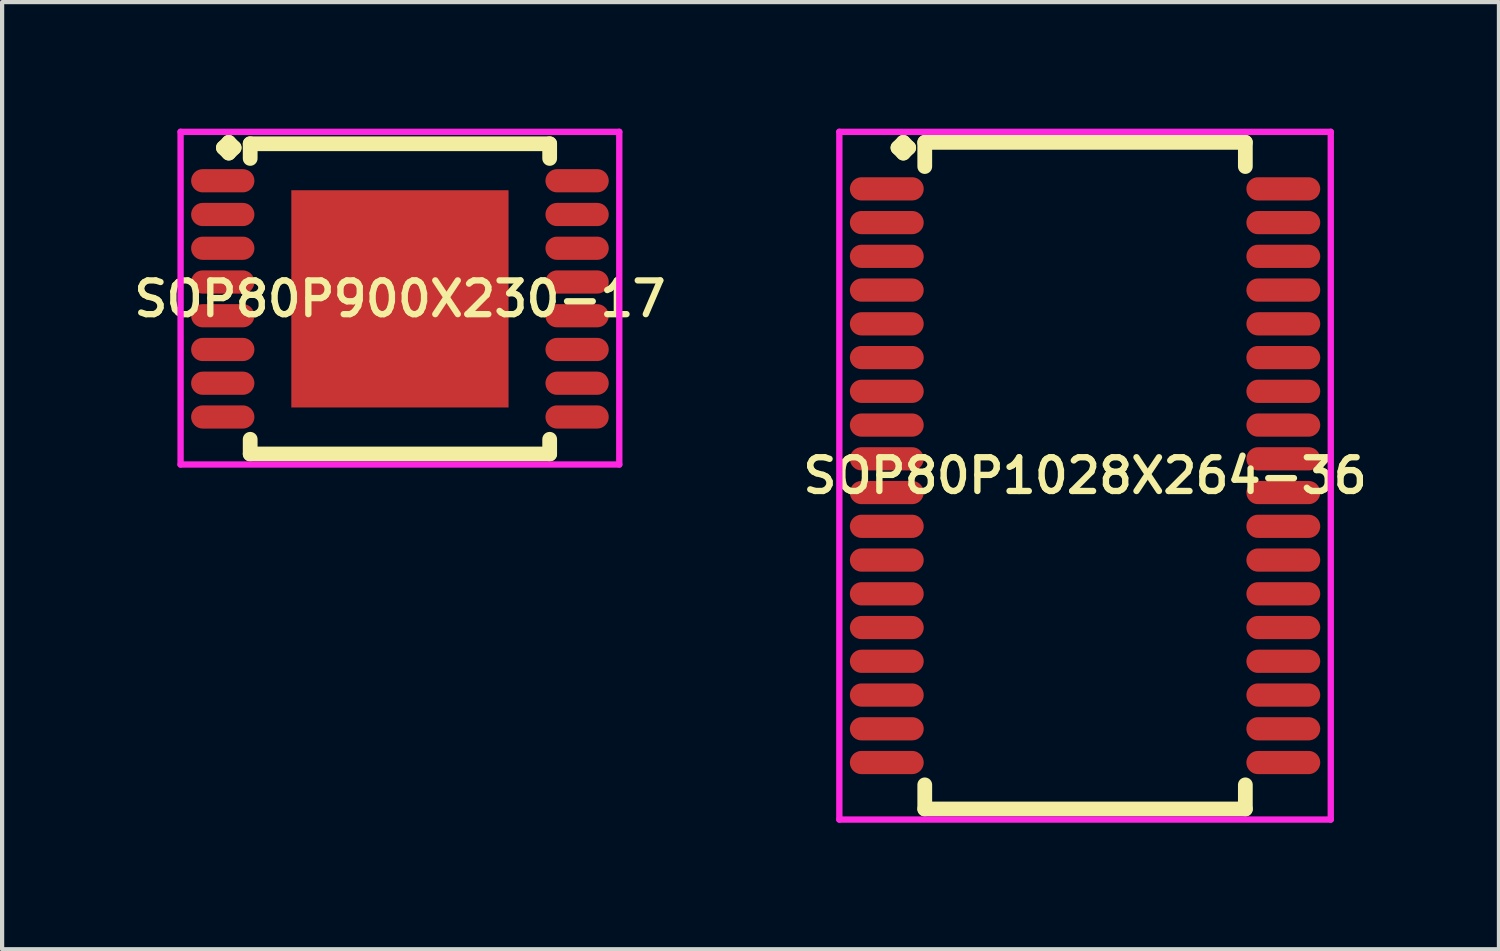
<source format=kicad_pcb>
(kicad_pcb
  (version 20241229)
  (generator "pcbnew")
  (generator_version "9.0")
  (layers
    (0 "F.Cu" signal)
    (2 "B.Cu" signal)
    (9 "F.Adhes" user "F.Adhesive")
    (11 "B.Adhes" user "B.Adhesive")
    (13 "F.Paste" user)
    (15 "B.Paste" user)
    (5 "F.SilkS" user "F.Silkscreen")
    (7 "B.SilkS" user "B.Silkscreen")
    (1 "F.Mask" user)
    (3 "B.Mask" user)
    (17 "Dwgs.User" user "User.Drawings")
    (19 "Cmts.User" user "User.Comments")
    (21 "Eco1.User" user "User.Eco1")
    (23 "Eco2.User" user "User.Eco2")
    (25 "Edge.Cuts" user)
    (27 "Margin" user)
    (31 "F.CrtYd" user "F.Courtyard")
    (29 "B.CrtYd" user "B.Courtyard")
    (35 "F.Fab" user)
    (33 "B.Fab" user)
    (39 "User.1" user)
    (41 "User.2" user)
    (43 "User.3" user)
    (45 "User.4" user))
  (footprint "SOP80P1028X264-36"
    (layer "F.Cu")
    (at 22.673 8.227)
    (property "Reference" "SOP80P1028X264-36" (at 0 0 0) (layer "F.SilkS") (effects (font (size 0.8 0.8) (thickness 0.15))))
    (attr smd)
    (fp_line (start -4.435 -7.775) (end -4.308 -7.902) (stroke (width 0.35) (type solid)) (layer "F.SilkS"))
    (fp_line (start -4.308 -7.902) (end -4.181 -7.775) (stroke (width 0.35) (type solid)) (layer "F.SilkS"))
    (fp_line (start -4.308 -7.648) (end -4.435 -7.775) (stroke (width 0.35) (type solid)) (layer "F.SilkS"))
    (fp_line (start -4.181 -7.775) (end -4.308 -7.648) (stroke (width 0.35) (type solid)) (layer "F.SilkS"))
    (fp_line (start -3.8 -7.902) (end 3.8 -7.902) (stroke (width 0.35) (type solid)) (layer "F.SilkS"))
    (fp_line (start -3.8 -7.329) (end -3.8 -7.902) (stroke (width 0.35) (type solid)) (layer "F.SilkS"))
    (fp_line (start -3.8 7.329) (end -3.8 7.902) (stroke (width 0.35) (type solid)) (layer "F.SilkS"))
    (fp_line (start -3.8 7.902) (end 3.8 7.902) (stroke (width 0.35) (type solid)) (layer "F.SilkS"))
    (fp_line (start 3.8 -7.902) (end 3.8 -7.329) (stroke (width 0.35) (type solid)) (layer "F.SilkS"))
    (fp_line (start 3.8 7.902) (end 3.8 7.329) (stroke (width 0.35) (type solid)) (layer "F.SilkS"))
    (fp_line (start -5.825 -8.152) (end 5.825 -8.152) (stroke (width 0.15) (type solid)) (layer "F.CrtYd"))
    (fp_line (start -5.825 8.152) (end -5.825 -8.152) (stroke (width 0.15) (type solid)) (layer "F.CrtYd"))
    (fp_line (start 5.825 -8.152) (end 5.825 8.152) (stroke (width 0.15) (type solid)) (layer "F.CrtYd"))
    (fp_line (start 5.825 8.152) (end -5.825 8.152) (stroke (width 0.15) (type solid)) (layer "F.CrtYd"))
    (pad "1" smd oval (at -4.7 -6.8) (size 1.75 0.55) (layers "F.Cu" "F.Mask" "F.Paste"))
    (pad "2" smd oval (at -4.7 -6) (size 1.75 0.55) (layers "F.Cu" "F.Mask" "F.Paste"))
    (pad "3" smd oval (at -4.7 -5.2) (size 1.75 0.55) (layers "F.Cu" "F.Mask" "F.Paste"))
    (pad "4" smd oval (at -4.7 -4.4) (size 1.75 0.55) (layers "F.Cu" "F.Mask" "F.Paste"))
    (pad "5" smd oval (at -4.7 -3.6) (size 1.75 0.55) (layers "F.Cu" "F.Mask" "F.Paste"))
    (pad "6" smd oval (at -4.7 -2.8) (size 1.75 0.55) (layers "F.Cu" "F.Mask" "F.Paste"))
    (pad "7" smd oval (at -4.7 -2) (size 1.75 0.55) (layers "F.Cu" "F.Mask" "F.Paste"))
    (pad "8" smd oval (at -4.7 -1.2) (size 1.75 0.55) (layers "F.Cu" "F.Mask" "F.Paste"))
    (pad "9" smd oval (at -4.7 -0.4) (size 1.75 0.55) (layers "F.Cu" "F.Mask" "F.Paste"))
    (pad "10" smd oval (at -4.7 0.4) (size 1.75 0.55) (layers "F.Cu" "F.Mask" "F.Paste"))
    (pad "11" smd oval (at -4.7 1.2) (size 1.75 0.55) (layers "F.Cu" "F.Mask" "F.Paste"))
    (pad "12" smd oval (at -4.7 2) (size 1.75 0.55) (layers "F.Cu" "F.Mask" "F.Paste"))
    (pad "13" smd oval (at -4.7 2.8) (size 1.75 0.55) (layers "F.Cu" "F.Mask" "F.Paste"))
    (pad "14" smd oval (at -4.7 3.6) (size 1.75 0.55) (layers "F.Cu" "F.Mask" "F.Paste"))
    (pad "15" smd oval (at -4.7 4.4) (size 1.75 0.55) (layers "F.Cu" "F.Mask" "F.Paste"))
    (pad "16" smd oval (at -4.7 5.2) (size 1.75 0.55) (layers "F.Cu" "F.Mask" "F.Paste"))
    (pad "17" smd oval (at -4.7 6) (size 1.75 0.55) (layers "F.Cu" "F.Mask" "F.Paste"))
    (pad "18" smd oval (at -4.7 6.8) (size 1.75 0.55) (layers "F.Cu" "F.Mask" "F.Paste"))
    (pad "19" smd oval (at 4.7 6.8) (size 1.75 0.55) (layers "F.Cu" "F.Mask" "F.Paste"))
    (pad "20" smd oval (at 4.7 6) (size 1.75 0.55) (layers "F.Cu" "F.Mask" "F.Paste"))
    (pad "21" smd oval (at 4.7 5.2) (size 1.75 0.55) (layers "F.Cu" "F.Mask" "F.Paste"))
    (pad "22" smd oval (at 4.7 4.4) (size 1.75 0.55) (layers "F.Cu" "F.Mask" "F.Paste"))
    (pad "23" smd oval (at 4.7 3.6) (size 1.75 0.55) (layers "F.Cu" "F.Mask" "F.Paste"))
    (pad "24" smd oval (at 4.7 2.8) (size 1.75 0.55) (layers "F.Cu" "F.Mask" "F.Paste"))
    (pad "25" smd oval (at 4.7 2) (size 1.75 0.55) (layers "F.Cu" "F.Mask" "F.Paste"))
    (pad "26" smd oval (at 4.7 1.2) (size 1.75 0.55) (layers "F.Cu" "F.Mask" "F.Paste"))
    (pad "27" smd oval (at 4.7 0.4) (size 1.75 0.55) (layers "F.Cu" "F.Mask" "F.Paste"))
    (pad "28" smd oval (at 4.7 -0.4) (size 1.75 0.55) (layers "F.Cu" "F.Mask" "F.Paste"))
    (pad "29" smd oval (at 4.7 -1.2) (size 1.75 0.55) (layers "F.Cu" "F.Mask" "F.Paste"))
    (pad "30" smd oval (at 4.7 -2) (size 1.75 0.55) (layers "F.Cu" "F.Mask" "F.Paste"))
    (pad "31" smd oval (at 4.7 -2.8) (size 1.75 0.55) (layers "F.Cu" "F.Mask" "F.Paste"))
    (pad "32" smd oval (at 4.7 -3.6) (size 1.75 0.55) (layers "F.Cu" "F.Mask" "F.Paste"))
    (pad "33" smd oval (at 4.7 -4.4) (size 1.75 0.55) (layers "F.Cu" "F.Mask" "F.Paste"))
    (pad "34" smd oval (at 4.7 -5.2) (size 1.75 0.55) (layers "F.Cu" "F.Mask" "F.Paste"))
    (pad "35" smd oval (at 4.7 -6) (size 1.75 0.55) (layers "F.Cu" "F.Mask" "F.Paste"))
    (pad "36" smd oval (at 4.7 -6.8) (size 1.75 0.55) (layers "F.Cu" "F.Mask" "F.Paste")))
  (footprint "SOP80P900X230-17"
    (layer "F.Cu")
    (at 6.431 4.035)
    (property "Reference" "SOP80P900X230-17" (at 0 0 0) (layer "F.SilkS") (effects (font (size 0.8 0.8) (thickness 0.15))))
    (attr smd)
    (fp_line (start -4.185 -3.583) (end -4.058 -3.71) (stroke (width 0.35) (type solid)) (layer "F.SilkS"))
    (fp_line (start -4.058 -3.71) (end -3.931 -3.583) (stroke (width 0.35) (type solid)) (layer "F.SilkS"))
    (fp_line (start -4.058 -3.456) (end -4.185 -3.583) (stroke (width 0.35) (type solid)) (layer "F.SilkS"))
    (fp_line (start -3.931 -3.583) (end -4.058 -3.456) (stroke (width 0.35) (type solid)) (layer "F.SilkS"))
    (fp_line (start -3.55 -3.677) (end 3.55 -3.677) (stroke (width 0.35) (type solid)) (layer "F.SilkS"))
    (fp_line (start -3.55 -3.329) (end -3.55 -3.677) (stroke (width 0.35) (type solid)) (layer "F.SilkS"))
    (fp_line (start -3.55 3.329) (end -3.55 3.677) (stroke (width 0.35) (type solid)) (layer "F.SilkS"))
    (fp_line (start -3.55 3.677) (end 3.55 3.677) (stroke (width 0.35) (type solid)) (layer "F.SilkS"))
    (fp_line (start 3.55 -3.677) (end 3.55 -3.329) (stroke (width 0.35) (type solid)) (layer "F.SilkS"))
    (fp_line (start 3.55 3.677) (end 3.55 3.329) (stroke (width 0.35) (type solid)) (layer "F.SilkS"))
    (fp_line (start -5.2 -3.96) (end 5.2 -3.96) (stroke (width 0.15) (type solid)) (layer "F.CrtYd"))
    (fp_line (start -5.2 3.927) (end -5.2 -3.96) (stroke (width 0.15) (type solid)) (layer "F.CrtYd"))
    (fp_line (start 5.2 -3.96) (end 5.2 3.927) (stroke (width 0.15) (type solid)) (layer "F.CrtYd"))
    (fp_line (start 5.2 3.927) (end -5.2 3.927) (stroke (width 0.15) (type solid)) (layer "F.CrtYd"))
    (pad "1" smd oval (at -4.2 -2.8) (size 1.5 0.55) (layers "F.Cu" "F.Mask" "F.Paste"))
    (pad "2" smd oval (at -4.2 -2) (size 1.5 0.55) (layers "F.Cu" "F.Mask" "F.Paste"))
    (pad "3" smd oval (at -4.2 -1.2) (size 1.5 0.55) (layers "F.Cu" "F.Mask" "F.Paste"))
    (pad "4" smd oval (at -4.2 -0.4) (size 1.5 0.55) (layers "F.Cu" "F.Mask" "F.Paste"))
    (pad "5" smd oval (at -4.2 0.4) (size 1.5 0.55) (layers "F.Cu" "F.Mask" "F.Paste"))
    (pad "6" smd oval (at -4.2 1.2) (size 1.5 0.55) (layers "F.Cu" "F.Mask" "F.Paste"))
    (pad "7" smd oval (at -4.2 2) (size 1.5 0.55) (layers "F.Cu" "F.Mask" "F.Paste"))
    (pad "8" smd oval (at -4.2 2.8) (size 1.5 0.55) (layers "F.Cu" "F.Mask" "F.Paste"))
    (pad "9" smd oval (at 4.2 2.8) (size 1.5 0.55) (layers "F.Cu" "F.Mask" "F.Paste"))
    (pad "10" smd oval (at 4.2 2) (size 1.5 0.55) (layers "F.Cu" "F.Mask" "F.Paste"))
    (pad "11" smd oval (at 4.2 1.2) (size 1.5 0.55) (layers "F.Cu" "F.Mask" "F.Paste"))
    (pad "12" smd oval (at 4.2 0.4) (size 1.5 0.55) (layers "F.Cu" "F.Mask" "F.Paste"))
    (pad "13" smd oval (at 4.2 -0.4) (size 1.5 0.55) (layers "F.Cu" "F.Mask" "F.Paste"))
    (pad "14" smd oval (at 4.2 -1.2) (size 1.5 0.55) (layers "F.Cu" "F.Mask" "F.Paste"))
    (pad "15" smd oval (at 4.2 -2) (size 1.5 0.55) (layers "F.Cu" "F.Mask" "F.Paste"))
    (pad "16" smd oval (at 4.2 -2.8) (size 1.5 0.55) (layers "F.Cu" "F.Mask" "F.Paste"))
    (pad "17" smd rect (at 0 0) (size 5.15 5.15) (layers "F.Cu" "F.Mask" "F.Paste")))
  (gr_rect
    (start -3 -3)
    (end 32.485 19.454)
    (stroke (width 0.1) (type default))
    (fill no)
    (layer "Edge.Cuts")))
</source>
